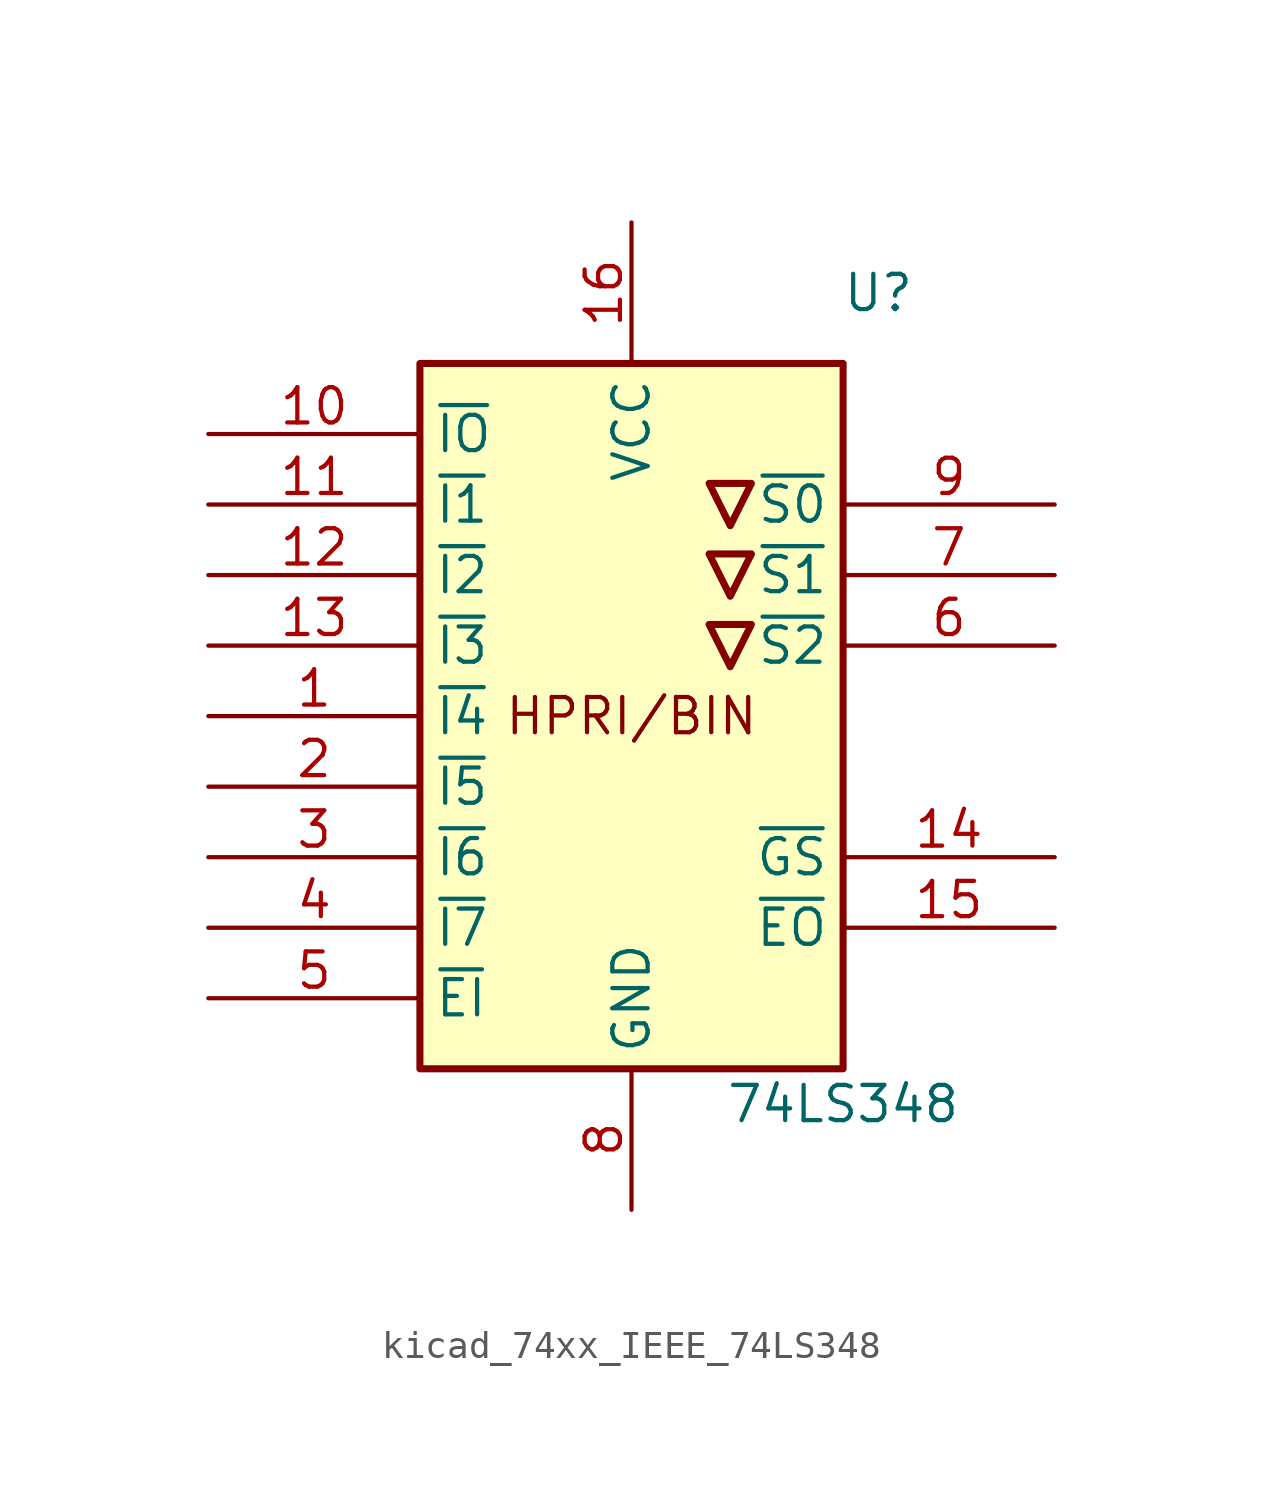
<source format=kicad_sym>
(kicad_symbol_lib
  (version 20220914)
  (generator kicad_symbol_editor)
  (symbol "kicad_74xx_IEEE_74LS348"
    (property "Reference" "U"
      (at 8.89 15.24 0)
      (effects (font (size 1.27 1.27))))
    (property "Value" "74LS348"
      (at 7.62 -13.97 0)
      (effects (font (size 1.27 1.27))))
    (symbol "kicad_74xx_IEEE_74LS348_0_0"
      (rectangle (start -7.62 12.7) (end 7.62 -12.7) (stroke (width 0.254) (type default)) (fill (type background)))
      (polyline (pts (xy 4.318 3.302) (xy 2.794 3.302) (xy 3.556 1.778) (xy 4.318 3.302) (xy 4.318 3.302)) (stroke (width 0.254) (type default)) (fill (type background)))
      (polyline (pts (xy 4.318 5.842) (xy 2.794 5.842) (xy 3.556 4.318) (xy 4.318 5.842) (xy 4.318 5.842)) (stroke (width 0.254) (type default)) (fill (type background)))
      (polyline (pts (xy 4.318 8.382) (xy 2.794 8.382) (xy 3.556 6.858) (xy 4.318 8.382) (xy 4.318 8.382)) (stroke (width 0.254) (type default)) (fill (type background)))
      (text "HPRI/BIN" (at 0 0 0) (effects (font (size 1.27 1.27))))
      (pin power_in line (at 0 17.78 270) (length 5.08) (name "VCC" (effects (font (size 1.27 1.27)))) (number "16" (effects (font (size 1.27 1.27)))))
      (pin power_in line (at 0 -17.78 90) (length 5.08) (name "GND" (effects (font (size 1.27 1.27)))) (number "8" (effects (font (size 1.27 1.27))))))
    (symbol "kicad_74xx_IEEE_74LS348_1_1"
      (pin input line (at -15.24 0 0) (length 7.62) (name "~{I4}" (effects (font (size 1.27 1.27)))) (number "1" (effects (font (size 1.27 1.27)))))
      (pin input line (at -15.24 10.16 0) (length 7.62) (name "~{IO}" (effects (font (size 1.27 1.27)))) (number "10" (effects (font (size 1.27 1.27)))))
      (pin input line (at -15.24 7.62 0) (length 7.62) (name "~{I1}" (effects (font (size 1.27 1.27)))) (number "11" (effects (font (size 1.27 1.27)))))
      (pin input line (at -15.24 5.08 0) (length 7.62) (name "~{I2}" (effects (font (size 1.27 1.27)))) (number "12" (effects (font (size 1.27 1.27)))))
      (pin input line (at -15.24 2.54 0) (length 7.62) (name "~{I3}" (effects (font (size 1.27 1.27)))) (number "13" (effects (font (size 1.27 1.27)))))
      (pin output line (at 15.24 -5.08 180) (length 7.62) (name "~{GS}" (effects (font (size 1.27 1.27)))) (number "14" (effects (font (size 1.27 1.27)))))
      (pin output line (at 15.24 -7.62 180) (length 7.62) (name "~{EO}" (effects (font (size 1.27 1.27)))) (number "15" (effects (font (size 1.27 1.27)))))
      (pin input line (at -15.24 -2.54 0) (length 7.62) (name "~{I5}" (effects (font (size 1.27 1.27)))) (number "2" (effects (font (size 1.27 1.27)))))
      (pin input line (at -15.24 -5.08 0) (length 7.62) (name "~{I6}" (effects (font (size 1.27 1.27)))) (number "3" (effects (font (size 1.27 1.27)))))
      (pin input line (at -15.24 -7.62 0) (length 7.62) (name "~{I7}" (effects (font (size 1.27 1.27)))) (number "4" (effects (font (size 1.27 1.27)))))
      (pin input line (at -15.24 -10.16 0) (length 7.62) (name "~{EI}" (effects (font (size 1.27 1.27)))) (number "5" (effects (font (size 1.27 1.27)))))
      (pin output line (at 15.24 2.54 180) (length 7.62) (name "~{S2}" (effects (font (size 1.27 1.27)))) (number "6" (effects (font (size 1.27 1.27)))))
      (pin output line (at 15.24 5.08 180) (length 7.62) (name "~{S1}" (effects (font (size 1.27 1.27)))) (number "7" (effects (font (size 1.27 1.27)))))
      (pin output line (at 15.24 7.62 180) (length 7.62) (name "~{S0}" (effects (font (size 1.27 1.27)))) (number "9" (effects (font (size 1.27 1.27))))))))
</source>
